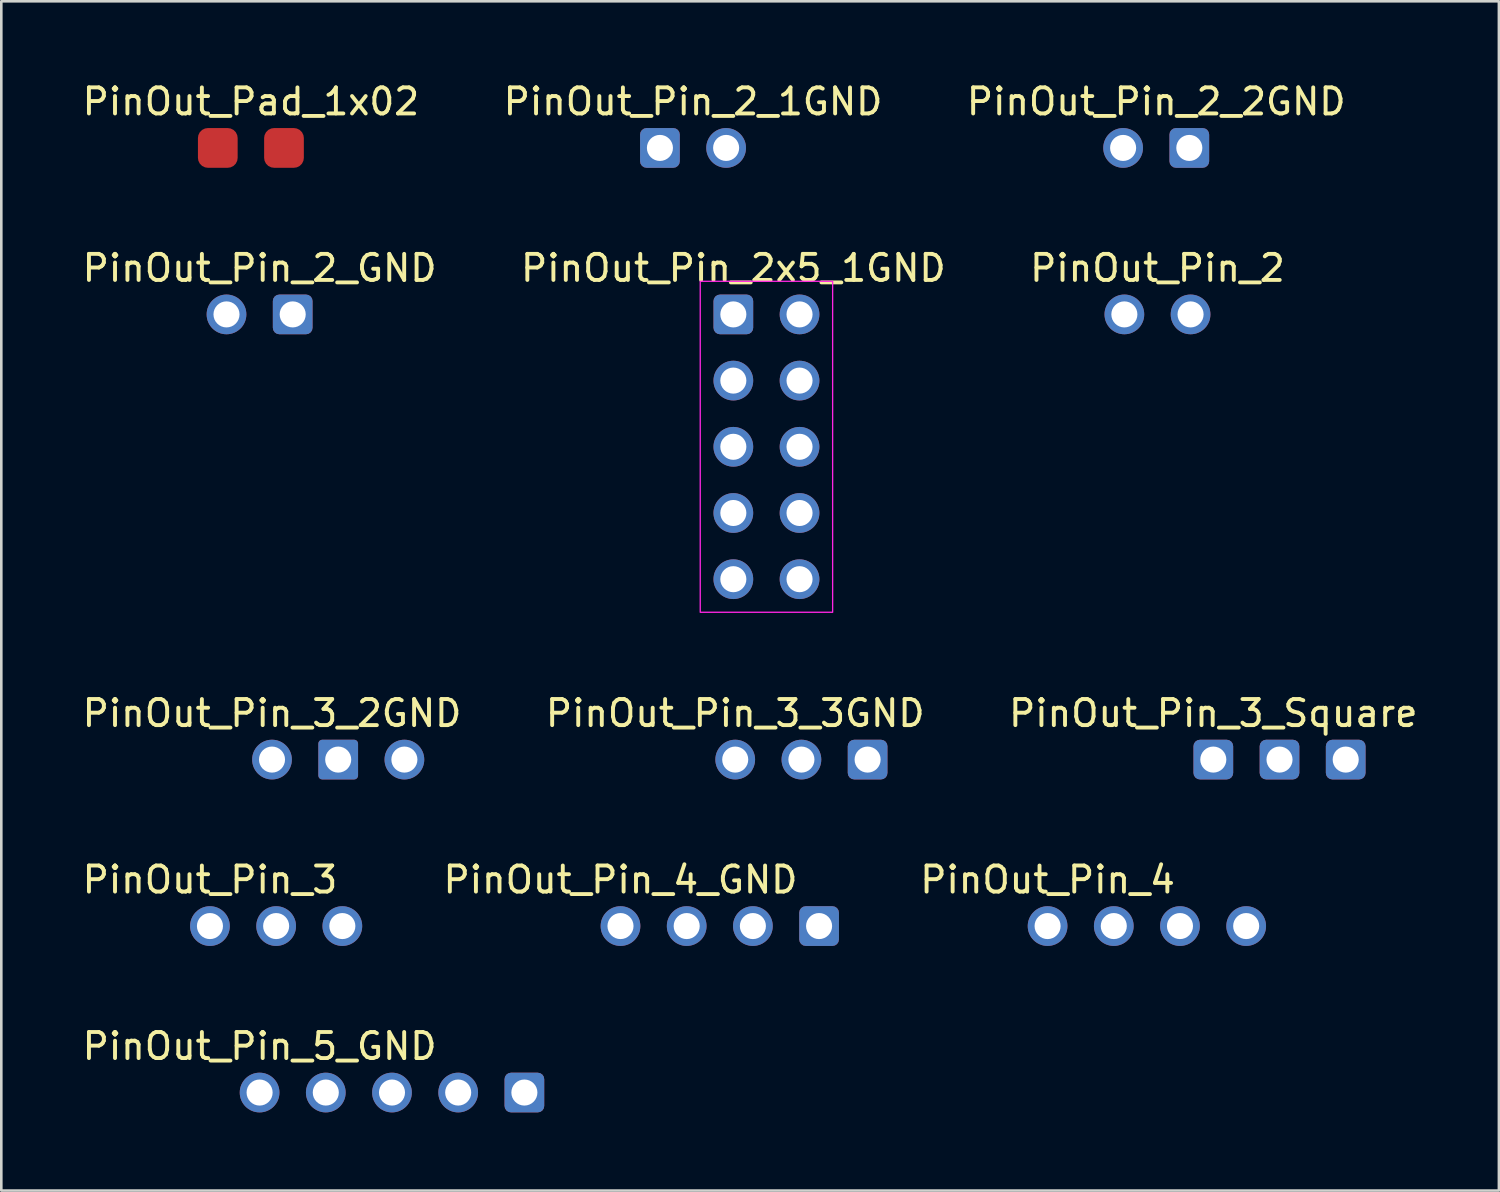
<source format=kicad_pcb>
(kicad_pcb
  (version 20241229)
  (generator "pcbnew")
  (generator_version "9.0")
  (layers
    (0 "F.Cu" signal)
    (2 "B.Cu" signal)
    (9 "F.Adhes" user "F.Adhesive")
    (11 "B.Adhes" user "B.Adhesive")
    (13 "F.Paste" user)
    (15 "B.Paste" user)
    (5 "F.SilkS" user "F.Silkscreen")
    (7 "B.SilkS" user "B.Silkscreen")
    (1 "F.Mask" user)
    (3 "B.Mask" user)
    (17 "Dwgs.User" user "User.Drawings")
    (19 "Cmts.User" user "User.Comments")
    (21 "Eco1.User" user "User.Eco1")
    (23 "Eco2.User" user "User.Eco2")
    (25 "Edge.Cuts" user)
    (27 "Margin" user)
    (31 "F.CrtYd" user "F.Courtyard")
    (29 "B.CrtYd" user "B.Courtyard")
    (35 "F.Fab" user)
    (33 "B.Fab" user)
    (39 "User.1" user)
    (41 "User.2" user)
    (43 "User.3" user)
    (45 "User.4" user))
  (footprint "PinOut_Pin_4_GND"
    (layer "F.Cu")
    (at 20.759 32.484)
    (property "Reference" "PinOut_Pin_4_GND" (at 0 -1.778 0) (layer "F.SilkS") (effects (font (size 1 1) (thickness 0.15))))
    (attr through_hole)
    (pad "1" thru_hole circle (at 0 0) (size 1.524 1.524) (drill 1) (layers "*.Cu" "*.Mask"))
    (pad "2" thru_hole circle (at 2.54 0) (size 1.524 1.524) (drill 1) (layers "*.Cu" "*.Mask"))
    (pad "3" thru_hole circle (at 5.08 0) (size 1.524 1.524) (drill 1) (layers "*.Cu" "*.Mask"))
    (pad "4" thru_hole roundrect (at 7.62 0) (size 1.524 1.524) (drill 1) (layers "*.Cu" "*.Mask") (roundrect_rratio 0.164)))
  (footprint "PinOut_Pin_2"
    (layer "F.Cu")
    (at 40.093 9.014)
    (property "Reference" "PinOut_Pin_2" (at 1.27 -1.778 0) (layer "F.SilkS") (effects (font (size 1 1) (thickness 0.15))))
    (attr through_hole)
    (pad "1" thru_hole circle (at 0 0) (size 1.524 1.524) (drill 1) (layers "*.Cu" "*.Mask"))
    (pad "2" thru_hole circle (at 2.54 0) (size 1.524 1.524) (drill 1) (layers "*.Cu" "*.Mask")))
  (footprint "PinOut_Pin_3_2GND"
    (layer "F.Cu")
    (at 7.387 26.096)
    (property "Reference" "PinOut_Pin_3_2GND" (at 0 -1.778 0) (layer "F.SilkS") (effects (font (size 1 1) (thickness 0.15))))
    (attr through_hole)
    (pad "1" thru_hole circle (at 0 0) (size 1.524 1.524) (drill 1) (layers "*.Cu" "*.Mask"))
    (pad "2" thru_hole roundrect (at 2.54 0) (size 1.524 1.524) (drill 1) (layers "*.Cu" "*.Mask") (roundrect_rratio 0.098))
    (pad "3" thru_hole circle (at 5.08 0) (size 1.524 1.524) (drill 1) (layers "*.Cu" "*.Mask")))
  (footprint "PinOut_Pin_2_2GND"
    (layer "F.Cu")
    (at 40.045 2.626)
    (property "Reference" "PinOut_Pin_2_2GND" (at 1.27 -1.778 0) (layer "F.SilkS") (effects (font (size 1 1) (thickness 0.15))))
    (attr through_hole)
    (pad "1" thru_hole circle (at 0 0) (size 1.524 1.524) (drill 1) (layers "*.Cu" "*.Mask"))
    (pad "2" thru_hole roundrect (at 2.54 0) (size 1.524 1.524) (drill 1) (layers "*.Cu" "*.Mask") (roundrect_rratio 0.164)))
  (footprint "PinOut_Pin_3"
    (layer "F.Cu")
    (at 5.006 32.484)
    (property "Reference" "PinOut_Pin_3" (at 0 -1.778 0) (layer "F.SilkS") (effects (font (size 1 1) (thickness 0.15))))
    (attr through_hole)
    (pad "1" thru_hole circle (at 0 0) (size 1.524 1.524) (drill 1) (layers "*.Cu" "*.Mask"))
    (pad "2" thru_hole circle (at 2.54 0) (size 1.524 1.524) (drill 1) (layers "*.Cu" "*.Mask"))
    (pad "3" thru_hole circle (at 5.08 0) (size 1.524 1.524) (drill 1) (layers "*.Cu" "*.Mask")))
  (footprint "PinOut_Pin_2_GND"
    (layer "F.Cu")
    (at 5.641 9.014)
    (property "Reference" "PinOut_Pin_2_GND" (at 1.27 -1.778 0) (layer "F.SilkS") (effects (font (size 1 1) (thickness 0.15))))
    (attr through_hole)
    (pad "1" thru_hole circle (at 0 0) (size 1.524 1.524) (drill 1) (layers "*.Cu" "*.Mask"))
    (pad "2" thru_hole roundrect (at 2.54 0) (size 1.524 1.524) (drill 1) (layers "*.Cu" "*.Mask") (roundrect_rratio 0.164)))
  (footprint "PinOut_Pin_5_GND"
    (layer "F.Cu")
    (at 6.911 38.872)
    (property "Reference" "PinOut_Pin_5_GND" (at 0 -1.778 0) (layer "F.SilkS") (effects (font (size 1 1) (thickness 0.15))))
    (attr through_hole)
    (pad "1" thru_hole circle (at 0 0) (size 1.524 1.524) (drill 1) (layers "*.Cu" "*.Mask"))
    (pad "2" thru_hole circle (at 2.54 0) (size 1.524 1.524) (drill 1) (layers "*.Cu" "*.Mask"))
    (pad "3" thru_hole circle (at 5.08 0) (size 1.524 1.524) (drill 1) (layers "*.Cu" "*.Mask"))
    (pad "4" thru_hole circle (at 7.62 0) (size 1.524 1.524) (drill 1) (layers "*.Cu" "*.Mask"))
    (pad "5" thru_hole roundrect (at 10.16 0) (size 1.524 1.524) (drill 1) (layers "*.Cu" "*.Mask") (roundrect_rratio 0.164)))
  (footprint "PinOut_Pad_1x02"
    (layer "F.Cu")
    (at 5.307 2.626)
    (property "Reference" "PinOut_Pad_1x02" (at 1.27 -1.778 0) (layer "F.SilkS") (effects (font (size 1 1) (thickness 0.15))))
    (attr smd)
    (pad "1" smd roundrect (at 0 0) (size 1.524 1.524) (layers "F.Cu" "F.Mask" "F.Paste") (roundrect_rratio 0.25))
    (pad "2" smd roundrect (at 2.54 0) (size 1.524 1.524) (layers "F.Cu" "F.Mask" "F.Paste") (roundrect_rratio 0.25)))
  (footprint "PinOut_Pin_3_3GND"
    (layer "F.Cu")
    (at 25.161 26.096)
    (property "Reference" "PinOut_Pin_3_3GND" (at 0 -1.778 0) (layer "F.SilkS") (effects (font (size 1 1) (thickness 0.15))))
    (attr through_hole)
    (pad "1" thru_hole circle (at 0 0) (size 1.524 1.524) (drill 1) (layers "*.Cu" "*.Mask"))
    (pad "2" thru_hole circle (at 2.54 0) (size 1.524 1.524) (drill 1) (layers "*.Cu" "*.Mask"))
    (pad "3" thru_hole roundrect (at 5.08 0) (size 1.524 1.524) (drill 1) (layers "*.Cu" "*.Mask") (roundrect_rratio 0.164)))
  (footprint "PinOut_Pin_2_1GND"
    (layer "F.Cu")
    (at 22.272 2.626)
    (property "Reference" "PinOut_Pin_2_1GND" (at 1.27 -1.778 0) (layer "F.SilkS") (effects (font (size 1 1) (thickness 0.15))))
    (attr through_hole)
    (pad "1" thru_hole roundrect (at 0 0) (size 1.524 1.524) (drill 1) (layers "*.Cu" "*.Mask") (roundrect_rratio 0.164))
    (pad "2" thru_hole circle (at 2.54 0) (size 1.524 1.524) (drill 1) (layers "*.Cu" "*.Mask")))
  (footprint "PinOut_Pin_2x5_1GND"
    (layer "F.Cu")
    (at 25.089 9.014)
    (property "Reference" "PinOut_Pin_2x5_1GND" (at 0 -1.778 0) (layer "F.SilkS") (effects (font (size 1 1) (thickness 0.15))))
    (attr through_hole)
    (fp_rect (start -1.27 -1.27) (end 3.81 11.43) (stroke (width 0.05) (type default)) (fill no) (layer "F.CrtYd"))
    (pad "1" thru_hole roundrect (at 0 0) (size 1.524 1.524) (drill 1) (layers "*.Cu" "*.Mask") (roundrect_rratio 0.164))
    (pad "2" thru_hole circle (at 2.54 0) (size 1.524 1.524) (drill 1) (layers "*.Cu" "*.Mask"))
    (pad "3" thru_hole circle (at 0 2.54) (size 1.524 1.524) (drill 1) (layers "*.Cu" "*.Mask"))
    (pad "4" thru_hole circle (at 2.54 2.54) (size 1.524 1.524) (drill 1) (layers "*.Cu" "*.Mask"))
    (pad "5" thru_hole circle (at 0 5.08) (size 1.524 1.524) (drill 1) (layers "*.Cu" "*.Mask"))
    (pad "6" thru_hole circle (at 2.54 5.08) (size 1.524 1.524) (drill 1) (layers "*.Cu" "*.Mask"))
    (pad "7" thru_hole circle (at 0 7.62 270) (size 1.524 1.524) (drill 1) (layers "*.Cu" "*.Mask"))
    (pad "8" thru_hole circle (at 2.54 7.62) (size 1.524 1.524) (drill 1) (layers "*.Cu" "*.Mask"))
    (pad "9" thru_hole circle (at 0 10.16) (size 1.524 1.524) (drill 1) (layers "*.Cu" "*.Mask"))
    (pad "10" thru_hole circle (at 2.54 10.16) (size 1.524 1.524) (drill 1) (layers "*.Cu" "*.Mask")))
  (footprint "PinOut_Pin_4"
    (layer "F.Cu")
    (at 37.147 32.484)
    (property "Reference" "PinOut_Pin_4" (at 0 -1.778 0) (layer "F.SilkS") (effects (font (size 1 1) (thickness 0.15))))
    (attr through_hole)
    (pad "1" thru_hole circle (at 0 0) (size 1.524 1.524) (drill 1) (layers "*.Cu" "*.Mask"))
    (pad "2" thru_hole circle (at 2.54 0) (size 1.524 1.524) (drill 1) (layers "*.Cu" "*.Mask"))
    (pad "3" thru_hole circle (at 5.08 0) (size 1.524 1.524) (drill 1) (layers "*.Cu" "*.Mask"))
    (pad "4" thru_hole circle (at 7.62 0) (size 1.524 1.524) (drill 1) (layers "*.Cu" "*.Mask")))
  (footprint "PinOut_Pin_3_Square"
    (layer "F.Cu")
    (at 43.506 26.096)
    (property "Reference" "PinOut_Pin_3_Square" (at 0 -1.778 0) (layer "F.SilkS") (effects (font (size 1 1) (thickness 0.15))))
    (attr through_hole)
    (pad "1" thru_hole roundrect (at 0 0) (size 1.524 1.524) (drill 1) (layers "*.Cu" "*.Mask") (roundrect_rratio 0.164))
    (pad "2" thru_hole roundrect (at 2.54 0) (size 1.524 1.524) (drill 1) (layers "*.Cu" "*.Mask") (roundrect_rratio 0.164))
    (pad "3" thru_hole roundrect (at 5.08 0) (size 1.524 1.524) (drill 1) (layers "*.Cu" "*.Mask") (roundrect_rratio 0.164)))
  (gr_rect
    (start -3 -3)
    (end 54.464 42.634)
    (stroke (width 0.1) (type default))
    (fill no)
    (layer "Edge.Cuts")))
</source>
